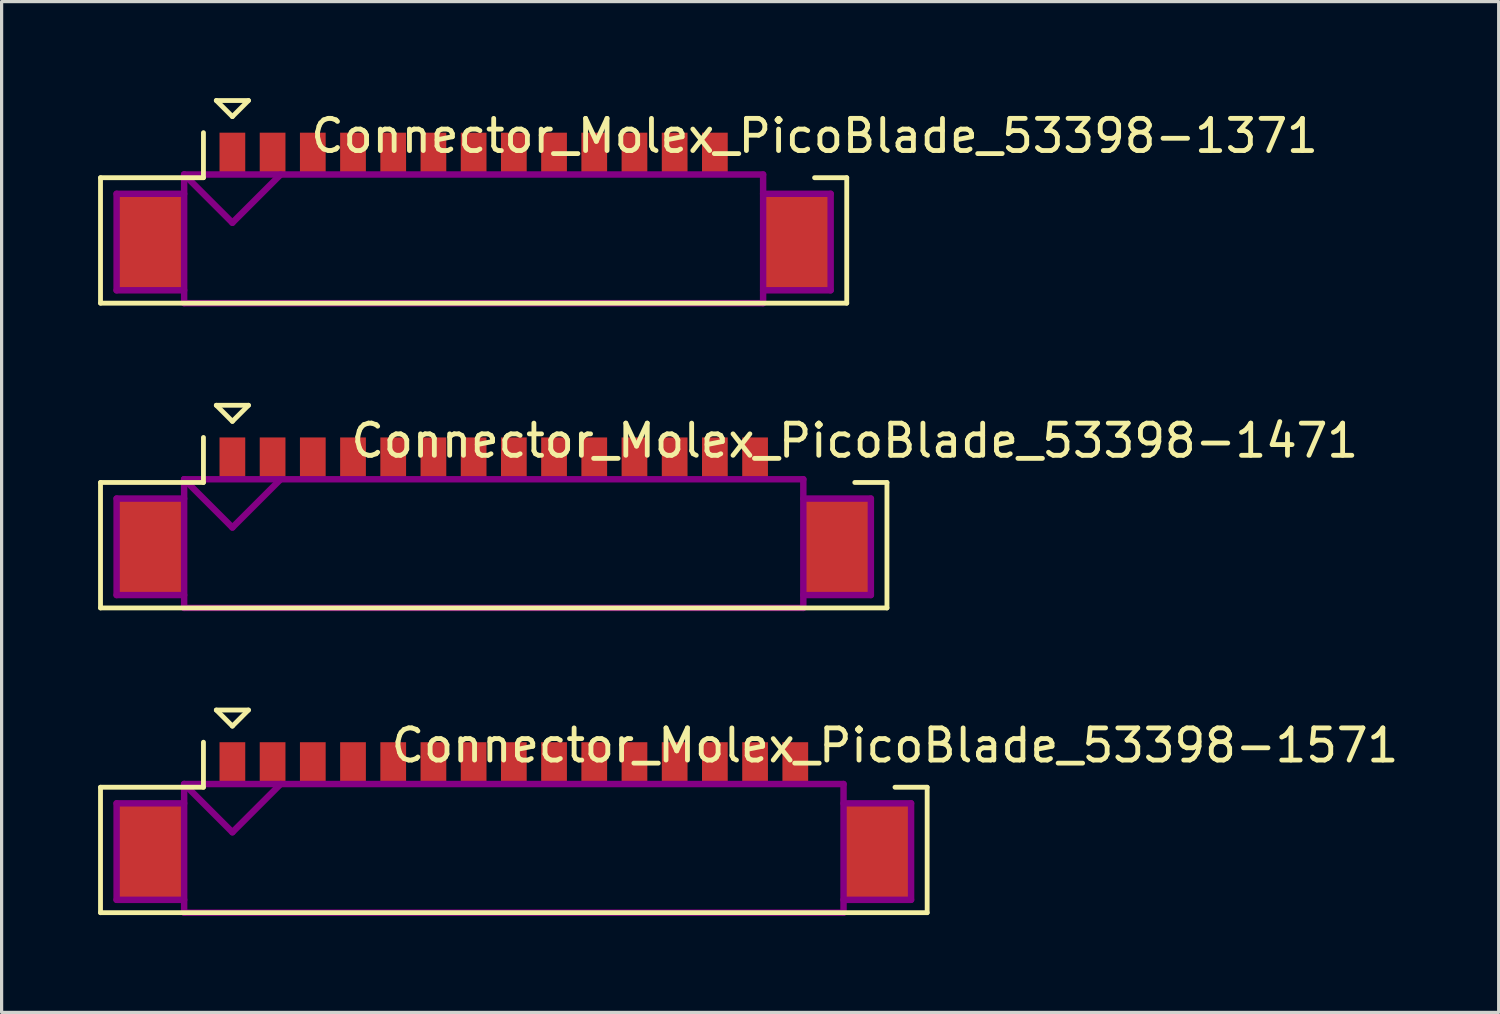
<source format=kicad_pcb>
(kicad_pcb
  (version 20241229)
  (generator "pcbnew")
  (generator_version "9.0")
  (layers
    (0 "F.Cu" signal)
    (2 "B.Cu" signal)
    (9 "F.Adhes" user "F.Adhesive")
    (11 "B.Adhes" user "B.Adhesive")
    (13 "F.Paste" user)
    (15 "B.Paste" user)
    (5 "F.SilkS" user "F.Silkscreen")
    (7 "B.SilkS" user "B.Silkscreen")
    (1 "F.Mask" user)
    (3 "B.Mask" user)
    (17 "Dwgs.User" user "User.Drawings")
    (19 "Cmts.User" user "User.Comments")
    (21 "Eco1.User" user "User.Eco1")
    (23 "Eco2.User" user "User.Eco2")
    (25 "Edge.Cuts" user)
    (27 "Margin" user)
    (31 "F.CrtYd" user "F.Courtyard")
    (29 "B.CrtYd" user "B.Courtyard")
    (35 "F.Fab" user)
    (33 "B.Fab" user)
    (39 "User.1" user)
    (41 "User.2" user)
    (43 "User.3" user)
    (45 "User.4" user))
  (footprint "Connector_Molex_PicoBlade_53398-1471"
    (layer "F.Cu")
    (at 12.3 13.95)
    (property "Reference" "Connector_Molex_PicoBlade_53398-1471" (at 11.225 -3.3 0) (layer "F.SilkS") (effects (font (size 1 1) (thickness 0.15))))
    (attr through_hole)
    (fp_line (start -12.225 -2) (end -12.225 1.9) (stroke (width 0.15) (type solid)) (layer "F.SilkS"))
    (fp_line (start -12.225 1.9) (end 12.225 1.9) (stroke (width 0.15) (type solid)) (layer "F.SilkS"))
    (fp_line (start -9.025 -3.4) (end -9.025 -2) (stroke (width 0.15) (type solid)) (layer "F.SilkS"))
    (fp_line (start -9.025 -2) (end -12.225 -2) (stroke (width 0.15) (type solid)) (layer "F.SilkS"))
    (fp_line (start -8.625 -4.4) (end -7.625 -4.4) (stroke (width 0.15) (type solid)) (layer "F.SilkS"))
    (fp_line (start -8.125 -3.9) (end -8.625 -4.4) (stroke (width 0.15) (type solid)) (layer "F.SilkS"))
    (fp_line (start -7.625 -4.4) (end -8.125 -3.9) (stroke (width 0.15) (type solid)) (layer "F.SilkS"))
    (fp_line (start 12.225 -2) (end 11.225 -2) (stroke (width 0.15) (type solid)) (layer "F.SilkS"))
    (fp_line (start 12.225 1.9) (end 12.225 -2) (stroke (width 0.15) (type solid)) (layer "F.SilkS"))
    (fp_line (start -11.725 -1.5) (end -11.725 1.5) (stroke (width 0.2) (type solid)) (layer "F.Adhes"))
    (fp_line (start -11.725 1.5) (end -9.625 1.5) (stroke (width 0.2) (type solid)) (layer "F.Adhes"))
    (fp_line (start -9.625 -2.1) (end -9.625 1.9) (stroke (width 0.2) (type solid)) (layer "F.Adhes"))
    (fp_line (start -9.625 -2.1) (end -8.125 -0.6) (stroke (width 0.2) (type solid)) (layer "F.Adhes"))
    (fp_line (start -9.625 -1.5) (end -11.725 -1.5) (stroke (width 0.2) (type solid)) (layer "F.Adhes"))
    (fp_line (start -9.625 1.9) (end 9.625 1.9) (stroke (width 0.2) (type solid)) (layer "F.Adhes"))
    (fp_line (start -8.125 -0.6) (end -6.625 -2.1) (stroke (width 0.2) (type solid)) (layer "F.Adhes"))
    (fp_line (start 9.625 -2.1) (end -9.625 -2.1) (stroke (width 0.2) (type solid)) (layer "F.Adhes"))
    (fp_line (start 9.625 -1.5) (end 11.725 -1.5) (stroke (width 0.2) (type solid)) (layer "F.Adhes"))
    (fp_line (start 9.625 1.9) (end 9.625 -2.1) (stroke (width 0.2) (type solid)) (layer "F.Adhes"))
    (fp_line (start 11.725 -1.5) (end 11.725 1.5) (stroke (width 0.2) (type solid)) (layer "F.Adhes"))
    (fp_line (start 11.725 1.5) (end 9.625 1.5) (stroke (width 0.2) (type solid)) (layer "F.Adhes"))
    (pad "" smd rect (at -10.675 0) (size 2.1 3) (layers "F.Cu" "F.Mask" "F.Paste"))
    (pad "" smd rect (at 10.675 0) (size 2.1 3) (layers "F.Cu" "F.Mask" "F.Paste"))
    (pad "1" smd rect (at -8.125 -2.75) (size 0.8 1.3) (layers "F.Cu" "F.Mask" "F.Paste"))
    (pad "2" smd rect (at -6.875 -2.75) (size 0.8 1.3) (layers "F.Cu" "F.Mask" "F.Paste"))
    (pad "3" smd rect (at -5.625 -2.75) (size 0.8 1.3) (layers "F.Cu" "F.Mask" "F.Paste"))
    (pad "4" smd rect (at -4.375 -2.75) (size 0.8 1.3) (layers "F.Cu" "F.Mask" "F.Paste"))
    (pad "5" smd rect (at -3.125 -2.75) (size 0.8 1.3) (layers "F.Cu" "F.Mask" "F.Paste"))
    (pad "6" smd rect (at -1.875 -2.75) (size 0.8 1.3) (layers "F.Cu" "F.Mask" "F.Paste"))
    (pad "7" smd rect (at -0.625 -2.75) (size 0.8 1.3) (layers "F.Cu" "F.Mask" "F.Paste"))
    (pad "8" smd rect (at 0.625 -2.75) (size 0.8 1.3) (layers "F.Cu" "F.Mask" "F.Paste"))
    (pad "9" smd rect (at 1.875 -2.75) (size 0.8 1.3) (layers "F.Cu" "F.Mask" "F.Paste"))
    (pad "10" smd rect (at 3.125 -2.75) (size 0.8 1.3) (layers "F.Cu" "F.Mask" "F.Paste"))
    (pad "11" smd rect (at 4.375 -2.75) (size 0.8 1.3) (layers "F.Cu" "F.Mask" "F.Paste"))
    (pad "12" smd rect (at 5.625 -2.75) (size 0.8 1.3) (layers "F.Cu" "F.Mask" "F.Paste"))
    (pad "13" smd rect (at 6.875 -2.75) (size 0.8 1.3) (layers "F.Cu" "F.Mask" "F.Paste"))
    (pad "14" smd rect (at 8.125 -2.75) (size 0.8 1.3) (layers "F.Cu" "F.Mask" "F.Paste")))
  (footprint "Connector_Molex_PicoBlade_53398-1571"
    (layer "F.Cu")
    (at 12.925 23.425)
    (property "Reference" "Connector_Molex_PicoBlade_53398-1571" (at 11.85 -3.3 0) (layer "F.SilkS") (effects (font (size 1 1) (thickness 0.15))))
    (attr through_hole)
    (fp_line (start -12.85 -2) (end -12.85 1.9) (stroke (width 0.15) (type solid)) (layer "F.SilkS"))
    (fp_line (start -12.85 1.9) (end 12.85 1.9) (stroke (width 0.15) (type solid)) (layer "F.SilkS"))
    (fp_line (start -9.65 -3.4) (end -9.65 -2) (stroke (width 0.15) (type solid)) (layer "F.SilkS"))
    (fp_line (start -9.65 -2) (end -12.85 -2) (stroke (width 0.15) (type solid)) (layer "F.SilkS"))
    (fp_line (start -9.25 -4.4) (end -8.25 -4.4) (stroke (width 0.15) (type solid)) (layer "F.SilkS"))
    (fp_line (start -8.75 -3.9) (end -9.25 -4.4) (stroke (width 0.15) (type solid)) (layer "F.SilkS"))
    (fp_line (start -8.25 -4.4) (end -8.75 -3.9) (stroke (width 0.15) (type solid)) (layer "F.SilkS"))
    (fp_line (start 12.85 -2) (end 11.85 -2) (stroke (width 0.15) (type solid)) (layer "F.SilkS"))
    (fp_line (start 12.85 1.9) (end 12.85 -2) (stroke (width 0.15) (type solid)) (layer "F.SilkS"))
    (fp_line (start -12.35 -1.5) (end -12.35 1.5) (stroke (width 0.2) (type solid)) (layer "F.Adhes"))
    (fp_line (start -12.35 1.5) (end -10.25 1.5) (stroke (width 0.2) (type solid)) (layer "F.Adhes"))
    (fp_line (start -10.25 -2.1) (end -10.25 1.9) (stroke (width 0.2) (type solid)) (layer "F.Adhes"))
    (fp_line (start -10.25 -2.1) (end -8.75 -0.6) (stroke (width 0.2) (type solid)) (layer "F.Adhes"))
    (fp_line (start -10.25 -1.5) (end -12.35 -1.5) (stroke (width 0.2) (type solid)) (layer "F.Adhes"))
    (fp_line (start -10.25 1.9) (end 10.25 1.9) (stroke (width 0.2) (type solid)) (layer "F.Adhes"))
    (fp_line (start -8.75 -0.6) (end -7.25 -2.1) (stroke (width 0.2) (type solid)) (layer "F.Adhes"))
    (fp_line (start 10.25 -2.1) (end -10.25 -2.1) (stroke (width 0.2) (type solid)) (layer "F.Adhes"))
    (fp_line (start 10.25 -1.5) (end 12.35 -1.5) (stroke (width 0.2) (type solid)) (layer "F.Adhes"))
    (fp_line (start 10.25 1.9) (end 10.25 -2.1) (stroke (width 0.2) (type solid)) (layer "F.Adhes"))
    (fp_line (start 12.35 -1.5) (end 12.35 1.5) (stroke (width 0.2) (type solid)) (layer "F.Adhes"))
    (fp_line (start 12.35 1.5) (end 10.25 1.5) (stroke (width 0.2) (type solid)) (layer "F.Adhes"))
    (pad "" smd rect (at -11.3 0) (size 2.1 3) (layers "F.Cu" "F.Mask" "F.Paste"))
    (pad "" smd rect (at 11.3 0) (size 2.1 3) (layers "F.Cu" "F.Mask" "F.Paste"))
    (pad "1" smd rect (at -8.75 -2.75) (size 0.8 1.3) (layers "F.Cu" "F.Mask" "F.Paste"))
    (pad "2" smd rect (at -7.5 -2.75) (size 0.8 1.3) (layers "F.Cu" "F.Mask" "F.Paste"))
    (pad "3" smd rect (at -6.25 -2.75) (size 0.8 1.3) (layers "F.Cu" "F.Mask" "F.Paste"))
    (pad "4" smd rect (at -5 -2.75) (size 0.8 1.3) (layers "F.Cu" "F.Mask" "F.Paste"))
    (pad "5" smd rect (at -3.75 -2.75) (size 0.8 1.3) (layers "F.Cu" "F.Mask" "F.Paste"))
    (pad "6" smd rect (at -2.5 -2.75) (size 0.8 1.3) (layers "F.Cu" "F.Mask" "F.Paste"))
    (pad "7" smd rect (at -1.25 -2.75) (size 0.8 1.3) (layers "F.Cu" "F.Mask" "F.Paste"))
    (pad "8" smd rect (at 0 -2.75) (size 0.8 1.3) (layers "F.Cu" "F.Mask" "F.Paste"))
    (pad "9" smd rect (at 1.25 -2.75) (size 0.8 1.3) (layers "F.Cu" "F.Mask" "F.Paste"))
    (pad "10" smd rect (at 2.5 -2.75) (size 0.8 1.3) (layers "F.Cu" "F.Mask" "F.Paste"))
    (pad "11" smd rect (at 3.75 -2.75) (size 0.8 1.3) (layers "F.Cu" "F.Mask" "F.Paste"))
    (pad "12" smd rect (at 5 -2.75) (size 0.8 1.3) (layers "F.Cu" "F.Mask" "F.Paste"))
    (pad "13" smd rect (at 6.25 -2.75) (size 0.8 1.3) (layers "F.Cu" "F.Mask" "F.Paste"))
    (pad "14" smd rect (at 7.5 -2.75) (size 0.8 1.3) (layers "F.Cu" "F.Mask" "F.Paste"))
    (pad "15" smd rect (at 8.75 -2.75) (size 0.8 1.3) (layers "F.Cu" "F.Mask" "F.Paste")))
  (footprint "Connector_Molex_PicoBlade_53398-1371"
    (layer "F.Cu")
    (at 11.675 4.475)
    (property "Reference" "Connector_Molex_PicoBlade_53398-1371" (at 10.6 -3.3 0) (layer "F.SilkS") (effects (font (size 1 1) (thickness 0.15))))
    (attr through_hole)
    (fp_line (start -11.6 -2) (end -11.6 1.9) (stroke (width 0.15) (type solid)) (layer "F.SilkS"))
    (fp_line (start -11.6 1.9) (end 11.6 1.9) (stroke (width 0.15) (type solid)) (layer "F.SilkS"))
    (fp_line (start -8.4 -3.4) (end -8.4 -2) (stroke (width 0.15) (type solid)) (layer "F.SilkS"))
    (fp_line (start -8.4 -2) (end -11.6 -2) (stroke (width 0.15) (type solid)) (layer "F.SilkS"))
    (fp_line (start -8 -4.4) (end -7 -4.4) (stroke (width 0.15) (type solid)) (layer "F.SilkS"))
    (fp_line (start -7.5 -3.9) (end -8 -4.4) (stroke (width 0.15) (type solid)) (layer "F.SilkS"))
    (fp_line (start -7 -4.4) (end -7.5 -3.9) (stroke (width 0.15) (type solid)) (layer "F.SilkS"))
    (fp_line (start 11.6 -2) (end 10.6 -2) (stroke (width 0.15) (type solid)) (layer "F.SilkS"))
    (fp_line (start 11.6 1.9) (end 11.6 -2) (stroke (width 0.15) (type solid)) (layer "F.SilkS"))
    (fp_line (start -11.1 -1.5) (end -11.1 1.5) (stroke (width 0.2) (type solid)) (layer "F.Adhes"))
    (fp_line (start -11.1 1.5) (end -9 1.5) (stroke (width 0.2) (type solid)) (layer "F.Adhes"))
    (fp_line (start -9 -2.1) (end -9 1.9) (stroke (width 0.2) (type solid)) (layer "F.Adhes"))
    (fp_line (start -9 -2.1) (end -7.5 -0.6) (stroke (width 0.2) (type solid)) (layer "F.Adhes"))
    (fp_line (start -9 -1.5) (end -11.1 -1.5) (stroke (width 0.2) (type solid)) (layer "F.Adhes"))
    (fp_line (start -9 1.9) (end 9 1.9) (stroke (width 0.2) (type solid)) (layer "F.Adhes"))
    (fp_line (start -7.5 -0.6) (end -6 -2.1) (stroke (width 0.2) (type solid)) (layer "F.Adhes"))
    (fp_line (start 9 -2.1) (end -9 -2.1) (stroke (width 0.2) (type solid)) (layer "F.Adhes"))
    (fp_line (start 9 -1.5) (end 11.1 -1.5) (stroke (width 0.2) (type solid)) (layer "F.Adhes"))
    (fp_line (start 9 1.9) (end 9 -2.1) (stroke (width 0.2) (type solid)) (layer "F.Adhes"))
    (fp_line (start 11.1 -1.5) (end 11.1 1.5) (stroke (width 0.2) (type solid)) (layer "F.Adhes"))
    (fp_line (start 11.1 1.5) (end 9 1.5) (stroke (width 0.2) (type solid)) (layer "F.Adhes"))
    (pad "" smd rect (at -10.05 0) (size 2.1 3) (layers "F.Cu" "F.Mask" "F.Paste"))
    (pad "" smd rect (at 10.05 0) (size 2.1 3) (layers "F.Cu" "F.Mask" "F.Paste"))
    (pad "1" smd rect (at -7.5 -2.75) (size 0.8 1.3) (layers "F.Cu" "F.Mask" "F.Paste"))
    (pad "2" smd rect (at -6.25 -2.75) (size 0.8 1.3) (layers "F.Cu" "F.Mask" "F.Paste"))
    (pad "3" smd rect (at -5 -2.75) (size 0.8 1.3) (layers "F.Cu" "F.Mask" "F.Paste"))
    (pad "4" smd rect (at -3.75 -2.75) (size 0.8 1.3) (layers "F.Cu" "F.Mask" "F.Paste"))
    (pad "5" smd rect (at -2.5 -2.75) (size 0.8 1.3) (layers "F.Cu" "F.Mask" "F.Paste"))
    (pad "6" smd rect (at -1.25 -2.75) (size 0.8 1.3) (layers "F.Cu" "F.Mask" "F.Paste"))
    (pad "7" smd rect (at 0 -2.75) (size 0.8 1.3) (layers "F.Cu" "F.Mask" "F.Paste"))
    (pad "8" smd rect (at 1.25 -2.75) (size 0.8 1.3) (layers "F.Cu" "F.Mask" "F.Paste"))
    (pad "9" smd rect (at 2.5 -2.75) (size 0.8 1.3) (layers "F.Cu" "F.Mask" "F.Paste"))
    (pad "10" smd rect (at 3.75 -2.75) (size 0.8 1.3) (layers "F.Cu" "F.Mask" "F.Paste"))
    (pad "11" smd rect (at 5 -2.75) (size 0.8 1.3) (layers "F.Cu" "F.Mask" "F.Paste"))
    (pad "12" smd rect (at 6.25 -2.75) (size 0.8 1.3) (layers "F.Cu" "F.Mask" "F.Paste"))
    (pad "13" smd rect (at 7.5 -2.75) (size 0.8 1.3) (layers "F.Cu" "F.Mask" "F.Paste")))
  (gr_rect
    (start -3 -3)
    (end 43.543 28.425)
    (stroke (width 0.1) (type default))
    (fill no)
    (layer "Edge.Cuts")))
</source>
